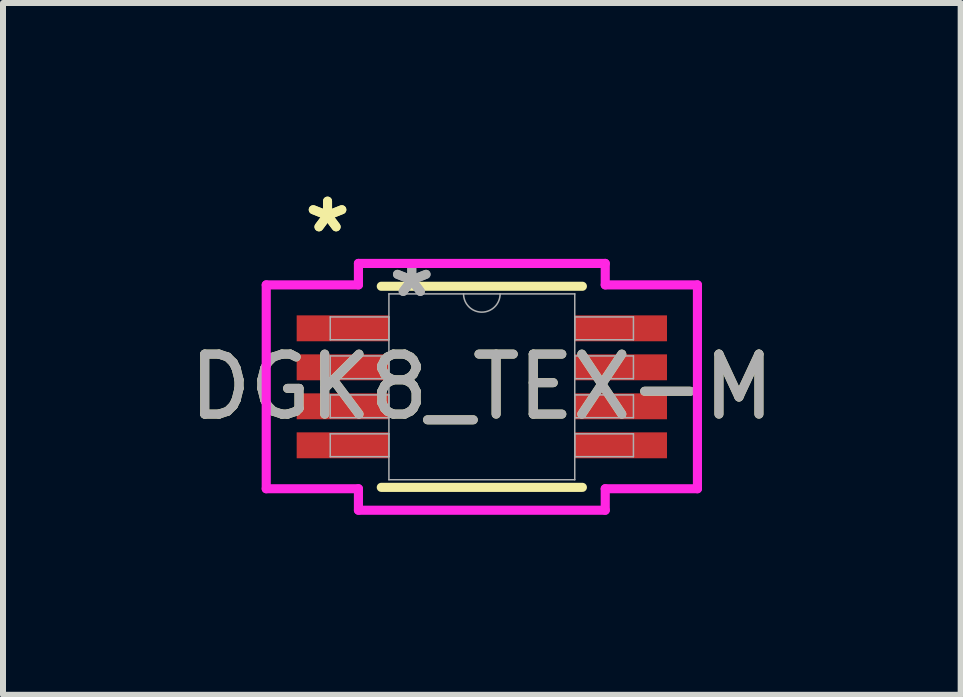
<source format=kicad_pcb>
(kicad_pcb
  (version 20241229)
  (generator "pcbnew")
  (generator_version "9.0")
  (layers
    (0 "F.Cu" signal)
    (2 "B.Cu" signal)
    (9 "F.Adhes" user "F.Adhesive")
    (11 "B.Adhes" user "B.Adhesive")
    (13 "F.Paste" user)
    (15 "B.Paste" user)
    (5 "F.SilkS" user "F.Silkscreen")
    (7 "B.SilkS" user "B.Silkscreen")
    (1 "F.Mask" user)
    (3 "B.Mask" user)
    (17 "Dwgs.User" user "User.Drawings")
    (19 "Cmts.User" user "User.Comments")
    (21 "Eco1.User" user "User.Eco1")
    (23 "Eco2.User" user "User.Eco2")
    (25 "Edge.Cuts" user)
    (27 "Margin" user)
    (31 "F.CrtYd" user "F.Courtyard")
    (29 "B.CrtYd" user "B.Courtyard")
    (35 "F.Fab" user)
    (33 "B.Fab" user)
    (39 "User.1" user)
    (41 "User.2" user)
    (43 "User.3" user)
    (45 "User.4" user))
  (footprint "DGK8_TEX-M"
    (layer "F.Cu")
    (at 4.982 3.398)
    (property "Reference" "DGK8_TEX-M" (at 0 0 0) (unlocked yes) (layer "F.SilkS") (effects (font (size 1 1) (thickness 0.15))))
    (attr smd)
    (fp_line (start -1.676 1.676) (end 1.676 1.676) (stroke (width 0.152) (type solid)) (layer "F.SilkS"))
    (fp_line (start 1.676 -1.676) (end -1.676 -1.676) (stroke (width 0.152) (type solid)) (layer "F.SilkS"))
    (fp_line (start -3.594 -1.699) (end -2.057 -1.699) (stroke (width 0.152) (type solid)) (layer "F.CrtYd"))
    (fp_line (start -3.594 1.699) (end -3.594 -1.699) (stroke (width 0.152) (type solid)) (layer "F.CrtYd"))
    (fp_line (start -3.594 1.699) (end -2.057 1.699) (stroke (width 0.152) (type solid)) (layer "F.CrtYd"))
    (fp_line (start -2.057 -2.057) (end 2.057 -2.057) (stroke (width 0.152) (type solid)) (layer "F.CrtYd"))
    (fp_line (start -2.057 -1.699) (end -2.057 -2.057) (stroke (width 0.152) (type solid)) (layer "F.CrtYd"))
    (fp_line (start -2.057 2.057) (end -2.057 1.699) (stroke (width 0.152) (type solid)) (layer "F.CrtYd"))
    (fp_line (start 2.057 -2.057) (end 2.057 -1.699) (stroke (width 0.152) (type solid)) (layer "F.CrtYd"))
    (fp_line (start 2.057 1.699) (end 2.057 2.057) (stroke (width 0.152) (type solid)) (layer "F.CrtYd"))
    (fp_line (start 2.057 2.057) (end -2.057 2.057) (stroke (width 0.152) (type solid)) (layer "F.CrtYd"))
    (fp_line (start 3.594 -1.699) (end 2.057 -1.699) (stroke (width 0.152) (type solid)) (layer "F.CrtYd"))
    (fp_line (start 3.594 -1.699) (end 3.594 1.699) (stroke (width 0.152) (type solid)) (layer "F.CrtYd"))
    (fp_line (start 3.594 1.699) (end 2.057 1.699) (stroke (width 0.152) (type solid)) (layer "F.CrtYd"))
    (fp_line (start -2.527 -1.165) (end -2.527 -0.784) (stroke (width 0.025) (type solid)) (layer "F.Fab"))
    (fp_line (start -2.527 -0.784) (end -1.549 -0.784) (stroke (width 0.025) (type solid)) (layer "F.Fab"))
    (fp_line (start -2.527 -0.515) (end -2.527 -0.135) (stroke (width 0.025) (type solid)) (layer "F.Fab"))
    (fp_line (start -2.527 -0.135) (end -1.549 -0.135) (stroke (width 0.025) (type solid)) (layer "F.Fab"))
    (fp_line (start -2.527 0.135) (end -2.527 0.515) (stroke (width 0.025) (type solid)) (layer "F.Fab"))
    (fp_line (start -2.527 0.515) (end -1.549 0.515) (stroke (width 0.025) (type solid)) (layer "F.Fab"))
    (fp_line (start -2.527 0.784) (end -2.527 1.165) (stroke (width 0.025) (type solid)) (layer "F.Fab"))
    (fp_line (start -2.527 1.165) (end -1.549 1.165) (stroke (width 0.025) (type solid)) (layer "F.Fab"))
    (fp_line (start -1.549 -1.549) (end -1.549 1.549) (stroke (width 0.025) (type solid)) (layer "F.Fab"))
    (fp_line (start -1.549 -1.165) (end -2.527 -1.165) (stroke (width 0.025) (type solid)) (layer "F.Fab"))
    (fp_line (start -1.549 -0.784) (end -1.549 -1.165) (stroke (width 0.025) (type solid)) (layer "F.Fab"))
    (fp_line (start -1.549 -0.515) (end -2.527 -0.515) (stroke (width 0.025) (type solid)) (layer "F.Fab"))
    (fp_line (start -1.549 -0.135) (end -1.549 -0.515) (stroke (width 0.025) (type solid)) (layer "F.Fab"))
    (fp_line (start -1.549 0.135) (end -2.527 0.135) (stroke (width 0.025) (type solid)) (layer "F.Fab"))
    (fp_line (start -1.549 0.515) (end -1.549 0.135) (stroke (width 0.025) (type solid)) (layer "F.Fab"))
    (fp_line (start -1.549 0.784) (end -2.527 0.784) (stroke (width 0.025) (type solid)) (layer "F.Fab"))
    (fp_line (start -1.549 1.165) (end -1.549 0.784) (stroke (width 0.025) (type solid)) (layer "F.Fab"))
    (fp_line (start -1.549 1.549) (end 1.549 1.549) (stroke (width 0.025) (type solid)) (layer "F.Fab"))
    (fp_line (start 1.549 -1.549) (end -1.549 -1.549) (stroke (width 0.025) (type solid)) (layer "F.Fab"))
    (fp_line (start 1.549 -1.165) (end 1.549 -0.784) (stroke (width 0.025) (type solid)) (layer "F.Fab"))
    (fp_line (start 1.549 -0.784) (end 2.527 -0.784) (stroke (width 0.025) (type solid)) (layer "F.Fab"))
    (fp_line (start 1.549 -0.515) (end 1.549 -0.135) (stroke (width 0.025) (type solid)) (layer "F.Fab"))
    (fp_line (start 1.549 -0.135) (end 2.527 -0.135) (stroke (width 0.025) (type solid)) (layer "F.Fab"))
    (fp_line (start 1.549 0.135) (end 1.549 0.515) (stroke (width 0.025) (type solid)) (layer "F.Fab"))
    (fp_line (start 1.549 0.515) (end 2.527 0.515) (stroke (width 0.025) (type solid)) (layer "F.Fab"))
    (fp_line (start 1.549 0.784) (end 1.549 1.165) (stroke (width 0.025) (type solid)) (layer "F.Fab"))
    (fp_line (start 1.549 1.165) (end 2.527 1.165) (stroke (width 0.025) (type solid)) (layer "F.Fab"))
    (fp_line (start 1.549 1.549) (end 1.549 -1.549) (stroke (width 0.025) (type solid)) (layer "F.Fab"))
    (fp_line (start 2.527 -1.165) (end 1.549 -1.165) (stroke (width 0.025) (type solid)) (layer "F.Fab"))
    (fp_line (start 2.527 -0.784) (end 2.527 -1.165) (stroke (width 0.025) (type solid)) (layer "F.Fab"))
    (fp_line (start 2.527 -0.515) (end 1.549 -0.515) (stroke (width 0.025) (type solid)) (layer "F.Fab"))
    (fp_line (start 2.527 -0.135) (end 2.527 -0.515) (stroke (width 0.025) (type solid)) (layer "F.Fab"))
    (fp_line (start 2.527 0.135) (end 1.549 0.135) (stroke (width 0.025) (type solid)) (layer "F.Fab"))
    (fp_line (start 2.527 0.515) (end 2.527 0.135) (stroke (width 0.025) (type solid)) (layer "F.Fab"))
    (fp_line (start 2.527 0.784) (end 1.549 0.784) (stroke (width 0.025) (type solid)) (layer "F.Fab"))
    (fp_line (start 2.527 1.165) (end 2.527 0.784) (stroke (width 0.025) (type solid)) (layer "F.Fab"))
    (fp_arc (start 0.3048 -1.5494) (mid 0 -1.2446) (end -0.3048 -1.5494) (stroke (width 0.0254) (type solid)) (layer "F.Fab"))
    (fp_text user "*" (at -2.572 -2.55 0) (unlocked yes) (layer "F.SilkS") (effects (font (size 1 1) (thickness 0.15))))
    (fp_text user "*" (at -2.572 -2.55 0) (layer "F.SilkS") (effects (font (size 1 1) (thickness 0.15))))
    (fp_text user "*" (at -1.168 -1.473 0) (layer "F.Fab") (effects (font (size 1 1) (thickness 0.15))))
    (fp_text user "${REFERENCE}" (at 0 0 0) (unlocked yes) (layer "F.Fab") (effects (font (size 1 1) (thickness 0.15))))
    (fp_text user "*" (at -1.168 -1.473 0) (unlocked yes) (layer "F.Fab") (effects (font (size 1 1) (thickness 0.15))))
    (pad "1" smd rect (at -2.318 -0.975) (size 1.537 0.432) (layers "F.Cu" "F.Mask" "F.Paste"))
    (pad "2" smd rect (at -2.318 -0.325) (size 1.537 0.432) (layers "F.Cu" "F.Mask" "F.Paste"))
    (pad "3" smd rect (at -2.318 0.325) (size 1.537 0.432) (layers "F.Cu" "F.Mask" "F.Paste"))
    (pad "4" smd rect (at -2.318 0.975) (size 1.537 0.432) (layers "F.Cu" "F.Mask" "F.Paste"))
    (pad "5" smd rect (at 2.318 0.975) (size 1.537 0.432) (layers "F.Cu" "F.Mask" "F.Paste"))
    (pad "6" smd rect (at 2.318 0.325) (size 1.537 0.432) (layers "F.Cu" "F.Mask" "F.Paste"))
    (pad "7" smd rect (at 2.318 -0.325) (size 1.537 0.432) (layers "F.Cu" "F.Mask" "F.Paste"))
    (pad "8" smd rect (at 2.318 -0.975) (size 1.537 0.432) (layers "F.Cu" "F.Mask" "F.Paste")))
  (gr_rect
    (start -3 -3)
    (end 12.964 8.532)
    (stroke (width 0.1) (type default))
    (fill no)
    (layer "Edge.Cuts")))
</source>
